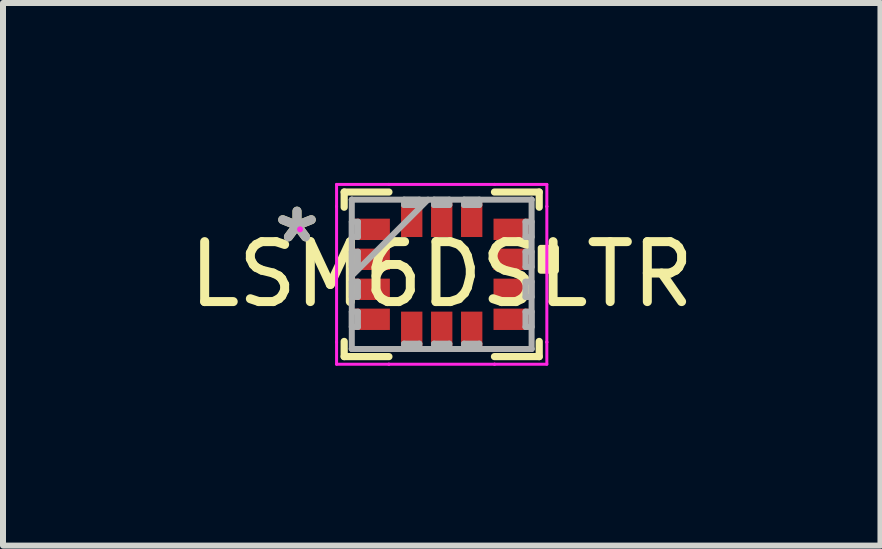
<source format=kicad_pcb>
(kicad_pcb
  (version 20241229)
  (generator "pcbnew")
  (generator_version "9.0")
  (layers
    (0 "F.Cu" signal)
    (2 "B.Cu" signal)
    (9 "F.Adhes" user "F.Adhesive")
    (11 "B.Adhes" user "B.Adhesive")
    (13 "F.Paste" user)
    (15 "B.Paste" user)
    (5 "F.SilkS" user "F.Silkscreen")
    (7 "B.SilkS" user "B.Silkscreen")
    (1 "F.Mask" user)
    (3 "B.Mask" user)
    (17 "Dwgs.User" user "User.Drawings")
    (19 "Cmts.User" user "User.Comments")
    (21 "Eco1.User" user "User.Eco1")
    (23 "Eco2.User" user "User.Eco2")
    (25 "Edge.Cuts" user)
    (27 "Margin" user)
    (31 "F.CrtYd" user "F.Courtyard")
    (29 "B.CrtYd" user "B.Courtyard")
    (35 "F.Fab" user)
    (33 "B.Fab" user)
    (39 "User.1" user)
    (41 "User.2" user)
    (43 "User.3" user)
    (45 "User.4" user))
  (footprint "LSM6DSLTR"
    (layer "F.Cu")
    (at 4.315 1.524)
    (property "Reference" "LSM6DSLTR" (at 0 0 0) (layer "F.SilkS") (effects (font (size 1 1) (thickness 0.15))))
    (attr smd)
    (fp_line (start -1.626 -1.372) (end -1.626 -1.119) (stroke (width 0.12) (type solid)) (layer "F.SilkS"))
    (fp_line (start -1.626 1.119) (end -1.626 1.372) (stroke (width 0.12) (type solid)) (layer "F.SilkS"))
    (fp_line (start -1.626 1.372) (end -0.88 1.372) (stroke (width 0.12) (type solid)) (layer "F.SilkS"))
    (fp_line (start -0.88 -1.372) (end -1.626 -1.372) (stroke (width 0.12) (type solid)) (layer "F.SilkS"))
    (fp_line (start 0.88 1.372) (end 1.626 1.372) (stroke (width 0.12) (type solid)) (layer "F.SilkS"))
    (fp_line (start 1.626 -1.372) (end 0.88 -1.372) (stroke (width 0.12) (type solid)) (layer "F.SilkS"))
    (fp_line (start 1.626 -1.119) (end 1.626 -1.372) (stroke (width 0.12) (type solid)) (layer "F.SilkS"))
    (fp_line (start 1.626 1.372) (end 1.626 1.119) (stroke (width 0.12) (type solid)) (layer "F.SilkS"))
    (fp_poly (pts (xy 1.905 -0.441) (xy 1.905 -0.06) (xy 1.651 -0.06) (xy 1.651 -0.441)) (stroke (width 0.1) (type solid)) (fill yes) (layer "F.SilkS"))
    (fp_line (start -1.753 -1.499) (end -0.881 -1.499) (stroke (width 0.05) (type solid)) (layer "F.CrtYd"))
    (fp_line (start -1.753 -1.131) (end -1.753 -1.499) (stroke (width 0.05) (type solid)) (layer "F.CrtYd"))
    (fp_line (start -1.753 -1.131) (end -1.753 -1.131) (stroke (width 0.05) (type solid)) (layer "F.CrtYd"))
    (fp_line (start -1.753 1.131) (end -1.753 -1.131) (stroke (width 0.05) (type solid)) (layer "F.CrtYd"))
    (fp_line (start -1.753 1.131) (end -1.753 1.131) (stroke (width 0.05) (type solid)) (layer "F.CrtYd"))
    (fp_line (start -1.753 1.499) (end -1.753 1.131) (stroke (width 0.05) (type solid)) (layer "F.CrtYd"))
    (fp_line (start -0.881 -1.499) (end -0.881 -1.499) (stroke (width 0.05) (type solid)) (layer "F.CrtYd"))
    (fp_line (start -0.881 -1.499) (end 0.881 -1.499) (stroke (width 0.05) (type solid)) (layer "F.CrtYd"))
    (fp_line (start -0.881 1.499) (end -1.753 1.499) (stroke (width 0.05) (type solid)) (layer "F.CrtYd"))
    (fp_line (start -0.881 1.499) (end -0.881 1.499) (stroke (width 0.05) (type solid)) (layer "F.CrtYd"))
    (fp_line (start 0.881 -1.499) (end 0.881 -1.499) (stroke (width 0.05) (type solid)) (layer "F.CrtYd"))
    (fp_line (start 0.881 -1.499) (end 1.753 -1.499) (stroke (width 0.05) (type solid)) (layer "F.CrtYd"))
    (fp_line (start 0.881 1.499) (end -0.881 1.499) (stroke (width 0.05) (type solid)) (layer "F.CrtYd"))
    (fp_line (start 0.881 1.499) (end 0.881 1.499) (stroke (width 0.05) (type solid)) (layer "F.CrtYd"))
    (fp_line (start 1.753 -1.499) (end 1.753 -1.131) (stroke (width 0.05) (type solid)) (layer "F.CrtYd"))
    (fp_line (start 1.753 -1.131) (end 1.753 -1.131) (stroke (width 0.05) (type solid)) (layer "F.CrtYd"))
    (fp_line (start 1.753 -1.131) (end 1.753 1.131) (stroke (width 0.05) (type solid)) (layer "F.CrtYd"))
    (fp_line (start 1.753 1.131) (end 1.753 1.131) (stroke (width 0.05) (type solid)) (layer "F.CrtYd"))
    (fp_line (start 1.753 1.131) (end 1.753 1.499) (stroke (width 0.05) (type solid)) (layer "F.CrtYd"))
    (fp_line (start 1.753 1.499) (end 0.881 1.499) (stroke (width 0.05) (type solid)) (layer "F.CrtYd"))
    (fp_circle (center -2.362 -0.75) (end -2.362 -0.75) (stroke (width 0.05) (type solid)) (fill no) (layer "F.CrtYd"))
    (fp_line (start -1.499 -1.245) (end -1.499 -1.245) (stroke (width 0.1) (type solid)) (layer "F.Fab"))
    (fp_line (start -1.499 -1.245) (end -1.499 1.245) (stroke (width 0.1) (type solid)) (layer "F.Fab"))
    (fp_line (start -1.499 -0.877) (end -1.397 -0.877) (stroke (width 0.1) (type solid)) (layer "F.Fab"))
    (fp_line (start -1.499 -0.623) (end -1.499 -0.877) (stroke (width 0.1) (type solid)) (layer "F.Fab"))
    (fp_line (start -1.499 -0.377) (end -1.397 -0.377) (stroke (width 0.1) (type solid)) (layer "F.Fab"))
    (fp_line (start -1.499 -0.123) (end -1.499 -0.377) (stroke (width 0.1) (type solid)) (layer "F.Fab"))
    (fp_line (start -1.499 0.025) (end -0.229 -1.245) (stroke (width 0.1) (type solid)) (layer "F.Fab"))
    (fp_line (start -1.499 0.123) (end -1.397 0.123) (stroke (width 0.1) (type solid)) (layer "F.Fab"))
    (fp_line (start -1.499 0.377) (end -1.499 0.123) (stroke (width 0.1) (type solid)) (layer "F.Fab"))
    (fp_line (start -1.499 0.623) (end -1.397 0.623) (stroke (width 0.1) (type solid)) (layer "F.Fab"))
    (fp_line (start -1.499 0.877) (end -1.499 0.623) (stroke (width 0.1) (type solid)) (layer "F.Fab"))
    (fp_line (start -1.499 1.245) (end -1.499 1.245) (stroke (width 0.1) (type solid)) (layer "F.Fab"))
    (fp_line (start -1.499 1.245) (end 1.499 1.245) (stroke (width 0.1) (type solid)) (layer "F.Fab"))
    (fp_line (start -1.397 -0.877) (end -1.397 -0.623) (stroke (width 0.1) (type solid)) (layer "F.Fab"))
    (fp_line (start -1.397 -0.623) (end -1.499 -0.623) (stroke (width 0.1) (type solid)) (layer "F.Fab"))
    (fp_line (start -1.397 -0.377) (end -1.397 -0.123) (stroke (width 0.1) (type solid)) (layer "F.Fab"))
    (fp_line (start -1.397 -0.123) (end -1.499 -0.123) (stroke (width 0.1) (type solid)) (layer "F.Fab"))
    (fp_line (start -1.397 0.123) (end -1.397 0.377) (stroke (width 0.1) (type solid)) (layer "F.Fab"))
    (fp_line (start -1.397 0.377) (end -1.499 0.377) (stroke (width 0.1) (type solid)) (layer "F.Fab"))
    (fp_line (start -1.397 0.623) (end -1.397 0.877) (stroke (width 0.1) (type solid)) (layer "F.Fab"))
    (fp_line (start -1.397 0.877) (end -1.499 0.877) (stroke (width 0.1) (type solid)) (layer "F.Fab"))
    (fp_line (start -0.627 -1.245) (end -0.373 -1.245) (stroke (width 0.1) (type solid)) (layer "F.Fab"))
    (fp_line (start -0.627 -1.156) (end -0.627 -1.245) (stroke (width 0.1) (type solid)) (layer "F.Fab"))
    (fp_line (start -0.627 1.156) (end -0.373 1.156) (stroke (width 0.1) (type solid)) (layer "F.Fab"))
    (fp_line (start -0.627 1.245) (end -0.627 1.156) (stroke (width 0.1) (type solid)) (layer "F.Fab"))
    (fp_line (start -0.373 -1.245) (end -0.373 -1.156) (stroke (width 0.1) (type solid)) (layer "F.Fab"))
    (fp_line (start -0.373 -1.156) (end -0.627 -1.156) (stroke (width 0.1) (type solid)) (layer "F.Fab"))
    (fp_line (start -0.373 1.156) (end -0.373 1.245) (stroke (width 0.1) (type solid)) (layer "F.Fab"))
    (fp_line (start -0.373 1.245) (end -0.627 1.245) (stroke (width 0.1) (type solid)) (layer "F.Fab"))
    (fp_line (start -0.127 -1.245) (end 0.127 -1.245) (stroke (width 0.1) (type solid)) (layer "F.Fab"))
    (fp_line (start -0.127 -1.156) (end -0.127 -1.245) (stroke (width 0.1) (type solid)) (layer "F.Fab"))
    (fp_line (start -0.127 1.156) (end 0.127 1.156) (stroke (width 0.1) (type solid)) (layer "F.Fab"))
    (fp_line (start -0.127 1.245) (end -0.127 1.156) (stroke (width 0.1) (type solid)) (layer "F.Fab"))
    (fp_line (start 0.127 -1.245) (end 0.127 -1.156) (stroke (width 0.1) (type solid)) (layer "F.Fab"))
    (fp_line (start 0.127 -1.156) (end -0.127 -1.156) (stroke (width 0.1) (type solid)) (layer "F.Fab"))
    (fp_line (start 0.127 1.156) (end 0.127 1.245) (stroke (width 0.1) (type solid)) (layer "F.Fab"))
    (fp_line (start 0.127 1.245) (end -0.127 1.245) (stroke (width 0.1) (type solid)) (layer "F.Fab"))
    (fp_line (start 0.373 -1.245) (end 0.627 -1.245) (stroke (width 0.1) (type solid)) (layer "F.Fab"))
    (fp_line (start 0.373 -1.156) (end 0.373 -1.245) (stroke (width 0.1) (type solid)) (layer "F.Fab"))
    (fp_line (start 0.373 1.156) (end 0.627 1.156) (stroke (width 0.1) (type solid)) (layer "F.Fab"))
    (fp_line (start 0.373 1.245) (end 0.373 1.156) (stroke (width 0.1) (type solid)) (layer "F.Fab"))
    (fp_line (start 0.627 -1.245) (end 0.627 -1.156) (stroke (width 0.1) (type solid)) (layer "F.Fab"))
    (fp_line (start 0.627 -1.156) (end 0.373 -1.156) (stroke (width 0.1) (type solid)) (layer "F.Fab"))
    (fp_line (start 0.627 1.156) (end 0.627 1.245) (stroke (width 0.1) (type solid)) (layer "F.Fab"))
    (fp_line (start 0.627 1.245) (end 0.373 1.245) (stroke (width 0.1) (type solid)) (layer "F.Fab"))
    (fp_line (start 1.397 -0.877) (end 1.499 -0.877) (stroke (width 0.1) (type solid)) (layer "F.Fab"))
    (fp_line (start 1.397 -0.623) (end 1.397 -0.877) (stroke (width 0.1) (type solid)) (layer "F.Fab"))
    (fp_line (start 1.397 -0.377) (end 1.499 -0.377) (stroke (width 0.1) (type solid)) (layer "F.Fab"))
    (fp_line (start 1.397 -0.123) (end 1.397 -0.377) (stroke (width 0.1) (type solid)) (layer "F.Fab"))
    (fp_line (start 1.397 0.123) (end 1.499 0.123) (stroke (width 0.1) (type solid)) (layer "F.Fab"))
    (fp_line (start 1.397 0.377) (end 1.397 0.123) (stroke (width 0.1) (type solid)) (layer "F.Fab"))
    (fp_line (start 1.397 0.623) (end 1.499 0.623) (stroke (width 0.1) (type solid)) (layer "F.Fab"))
    (fp_line (start 1.397 0.877) (end 1.397 0.623) (stroke (width 0.1) (type solid)) (layer "F.Fab"))
    (fp_line (start 1.499 -1.245) (end -1.499 -1.245) (stroke (width 0.1) (type solid)) (layer "F.Fab"))
    (fp_line (start 1.499 -1.245) (end 1.499 -1.245) (stroke (width 0.1) (type solid)) (layer "F.Fab"))
    (fp_line (start 1.499 -0.877) (end 1.499 -0.623) (stroke (width 0.1) (type solid)) (layer "F.Fab"))
    (fp_line (start 1.499 -0.623) (end 1.397 -0.623) (stroke (width 0.1) (type solid)) (layer "F.Fab"))
    (fp_line (start 1.499 -0.377) (end 1.499 -0.123) (stroke (width 0.1) (type solid)) (layer "F.Fab"))
    (fp_line (start 1.499 -0.123) (end 1.397 -0.123) (stroke (width 0.1) (type solid)) (layer "F.Fab"))
    (fp_line (start 1.499 0.123) (end 1.499 0.377) (stroke (width 0.1) (type solid)) (layer "F.Fab"))
    (fp_line (start 1.499 0.377) (end 1.397 0.377) (stroke (width 0.1) (type solid)) (layer "F.Fab"))
    (fp_line (start 1.499 0.623) (end 1.499 0.877) (stroke (width 0.1) (type solid)) (layer "F.Fab"))
    (fp_line (start 1.499 0.877) (end 1.397 0.877) (stroke (width 0.1) (type solid)) (layer "F.Fab"))
    (fp_line (start 1.499 1.245) (end 1.499 -1.245) (stroke (width 0.1) (type solid)) (layer "F.Fab"))
    (fp_line (start 1.499 1.245) (end 1.499 1.245) (stroke (width 0.1) (type solid)) (layer "F.Fab"))
    (fp_text user "*" (at -2.413 -0.508 0) (layer "F.SilkS") (effects (font (size 1 1) (thickness 0.15))))
    (fp_text user "*" (at -2.413 -0.508 0) (layer "F.Fab") (effects (font (size 1 1) (thickness 0.15))))
    (pad "1" smd rect (at -1.156 -0.75 90) (size 0.356 0.584) (layers "F.Cu" "F.Mask" "F.Paste"))
    (pad "2" smd rect (at -1.156 -0.25 90) (size 0.356 0.584) (layers "F.Cu" "F.Mask" "F.Paste"))
    (pad "3" smd rect (at -1.156 0.25 90) (size 0.356 0.584) (layers "F.Cu" "F.Mask" "F.Paste"))
    (pad "4" smd rect (at -1.156 0.75 90) (size 0.356 0.584) (layers "F.Cu" "F.Mask" "F.Paste"))
    (pad "5" smd rect (at -0.5 0.914) (size 0.356 0.584) (layers "F.Cu" "F.Mask" "F.Paste"))
    (pad "6" smd rect (at 0 0.914) (size 0.356 0.584) (layers "F.Cu" "F.Mask" "F.Paste"))
    (pad "7" smd rect (at 0.5 0.914) (size 0.356 0.584) (layers "F.Cu" "F.Mask" "F.Paste"))
    (pad "8" smd rect (at 1.156 0.75 90) (size 0.356 0.584) (layers "F.Cu" "F.Mask" "F.Paste"))
    (pad "9" smd rect (at 1.156 0.25 90) (size 0.356 0.584) (layers "F.Cu" "F.Mask" "F.Paste"))
    (pad "10" smd rect (at 1.156 -0.25 90) (size 0.356 0.584) (layers "F.Cu" "F.Mask" "F.Paste"))
    (pad "11" smd rect (at 1.156 -0.75 90) (size 0.356 0.584) (layers "F.Cu" "F.Mask" "F.Paste"))
    (pad "12" smd rect (at 0.5 -0.914) (size 0.356 0.584) (layers "F.Cu" "F.Mask" "F.Paste"))
    (pad "13" smd rect (at 0 -0.914) (size 0.356 0.584) (layers "F.Cu" "F.Mask" "F.Paste"))
    (pad "14" smd rect (at -0.5 -0.914) (size 0.356 0.584) (layers "F.Cu" "F.Mask" "F.Paste")))
  (gr_rect
    (start -3 -3)
    (end 11.631 6.047)
    (stroke (width 0.1) (type default))
    (fill no)
    (layer "Edge.Cuts")))
</source>
